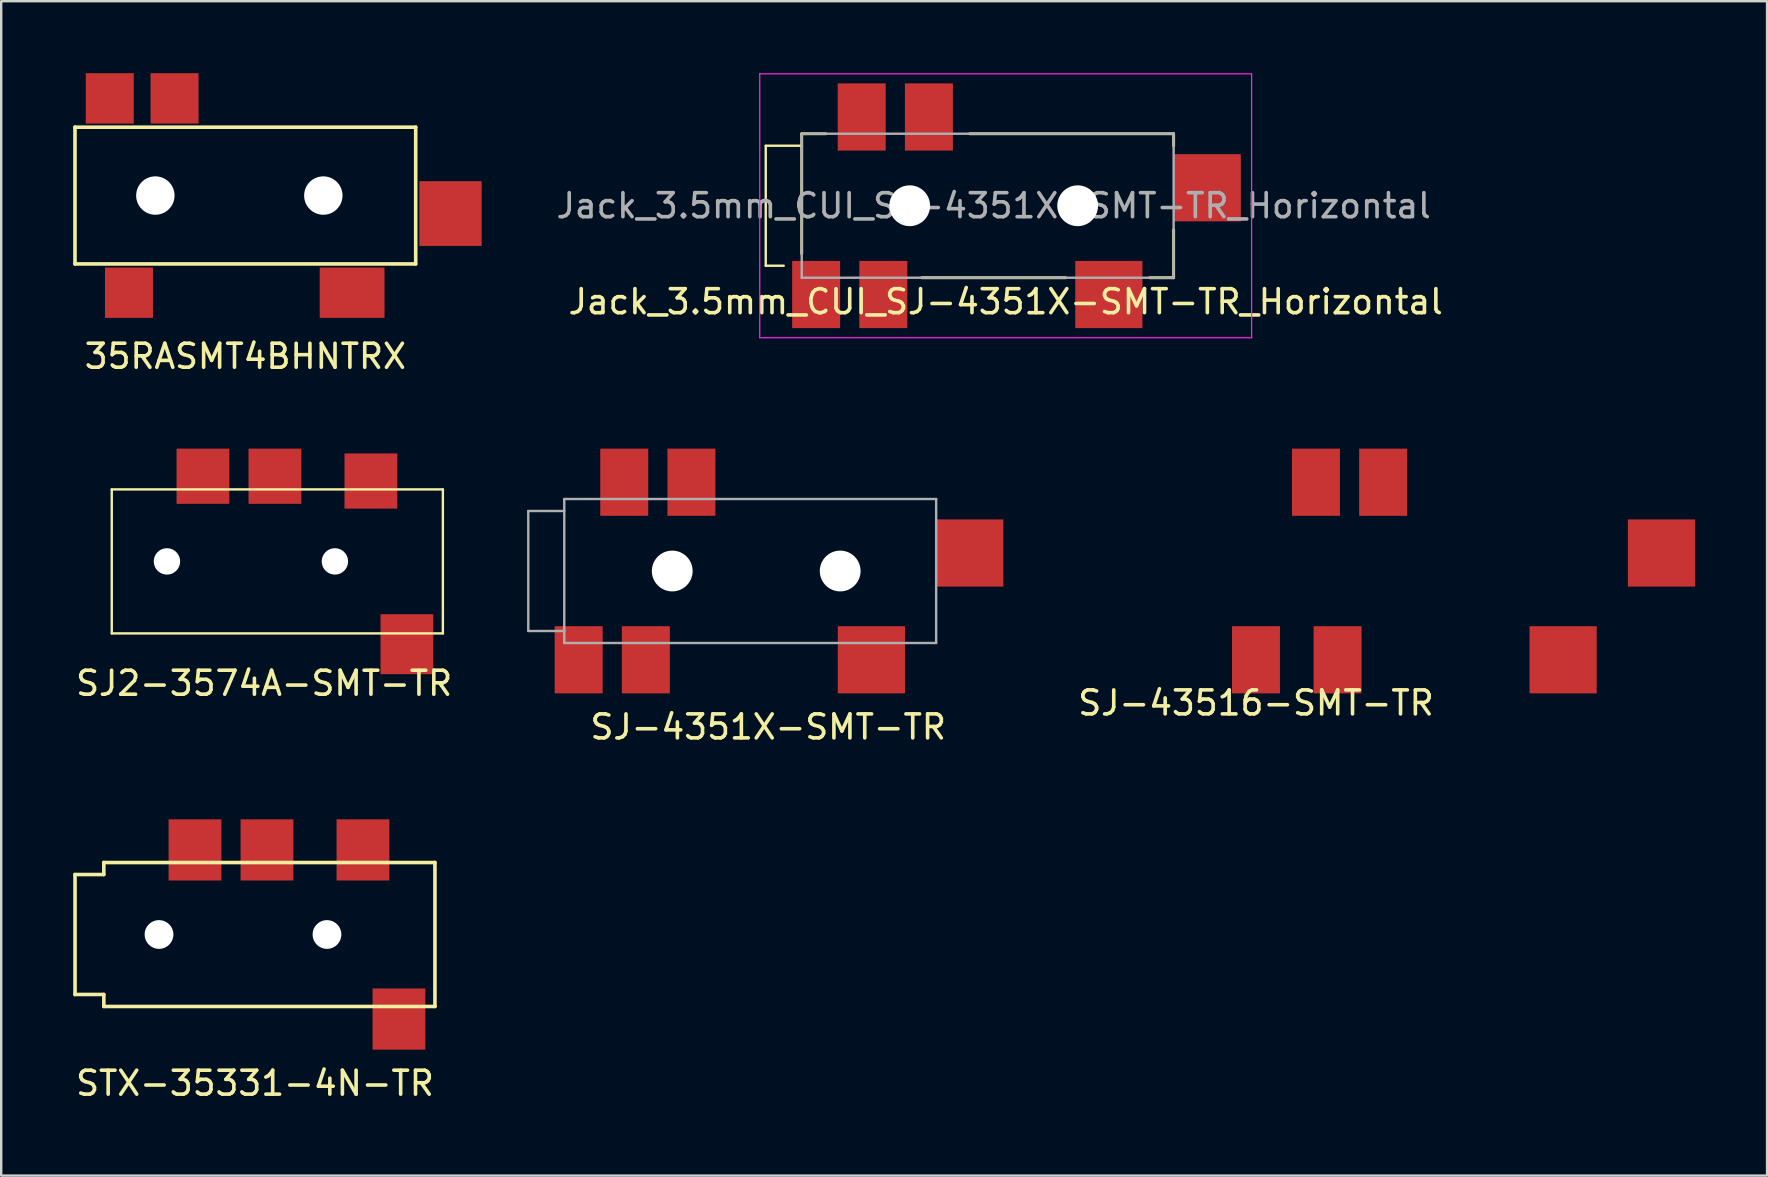
<source format=kicad_pcb>
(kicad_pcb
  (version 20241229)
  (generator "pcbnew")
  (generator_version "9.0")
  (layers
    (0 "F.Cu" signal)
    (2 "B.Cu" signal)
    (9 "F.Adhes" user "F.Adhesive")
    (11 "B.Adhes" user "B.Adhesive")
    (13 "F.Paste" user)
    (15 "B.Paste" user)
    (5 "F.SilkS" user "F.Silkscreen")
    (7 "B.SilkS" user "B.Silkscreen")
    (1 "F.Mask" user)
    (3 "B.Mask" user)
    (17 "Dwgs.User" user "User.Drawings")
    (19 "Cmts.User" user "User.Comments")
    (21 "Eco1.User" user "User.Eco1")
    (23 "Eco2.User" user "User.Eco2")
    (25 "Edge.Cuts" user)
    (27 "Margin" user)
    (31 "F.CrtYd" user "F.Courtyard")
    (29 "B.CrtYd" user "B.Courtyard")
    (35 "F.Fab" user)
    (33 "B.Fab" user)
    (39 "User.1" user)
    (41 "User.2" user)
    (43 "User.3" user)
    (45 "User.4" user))
  (footprint "SJ-43516-SMT-TR"
    (layer "F.Cu")
    (at 49.296 20.748)
    (property "Reference" "SJ-43516-SMT-TR" (at 0 5.5 0) (layer "F.SilkS") (effects (font (size 1 1) (thickness 0.15))))
    (attr through_hole)
    (pad "2" smd rect (at 12.8 3.7) (size 2.8 2.8) (layers "F.Cu" "F.Mask" "F.Paste"))
    (pad "3" smd rect (at 5.3 -3.7) (size 2 2.8) (layers "F.Cu" "F.Mask" "F.Paste"))
    (pad "4" smd rect (at 0 3.7) (size 2 2.8) (layers "F.Cu" "F.Mask" "F.Paste"))
    (pad "4" smd rect (at 3.4 3.7) (size 2 2.8) (layers "F.Cu" "F.Mask" "F.Paste"))
    (pad "5" smd rect (at 16.9 -0.75) (size 2.8 2.8) (layers "F.Cu" "F.Mask" "F.Paste"))
    (pad "6" smd rect (at 2.5 -3.7) (size 2 2.8) (layers "F.Cu" "F.Mask" "F.Paste")))
  (footprint "35RASMT4BHNTRX"
    (layer "F.Cu")
    (at 7.175 5.1)
    (property "Reference" "35RASMT4BHNTRX" (at 0 6.7 0) (layer "F.SilkS") (effects (font (size 1 1) (thickness 0.15))))
    (attr through_hole)
    (fp_line (start -7.1 -2.85) (end -7.1 2.85) (stroke (width 0.15) (type solid)) (layer "F.SilkS"))
    (fp_line (start -7.1 2.85) (end 7.1 2.85) (stroke (width 0.15) (type solid)) (layer "F.SilkS"))
    (fp_line (start 7.1 -2.85) (end -7.1 -2.85) (stroke (width 0.15) (type solid)) (layer "F.SilkS"))
    (fp_line (start 7.1 2.85) (end 7.1 -2.85) (stroke (width 0.15) (type solid)) (layer "F.SilkS"))
    (pad "" np_thru_hole circle (at -3.75 0) (size 1.6 1.6) (drill 1.6) (layers "*.Cu"))
    (pad "" np_thru_hole circle (at 3.25 0) (size 1.6 1.6) (drill 1.6) (layers "*.Cu"))
    (pad "1" smd rect (at -4.85 4.05) (size 2 2.1) (layers "F.Cu" "F.Mask" "F.Paste"))
    (pad "2" smd rect (at -2.95 -4.05) (size 2 2.1) (layers "F.Cu" "F.Mask" "F.Paste"))
    (pad "3" smd rect (at 4.45 4.05) (size 2.7 2.1) (layers "F.Cu" "F.Mask" "F.Paste"))
    (pad "4" smd rect (at -5.65 -4.05) (size 2 2.1) (layers "F.Cu" "F.Mask" "F.Paste"))
    (pad "5" smd rect (at 8.55 0.75) (size 2.6 2.7) (layers "F.Cu" "F.Mask" "F.Paste")))
  (footprint "SJ2-3574A-SMT-TR"
    (layer "F.Cu")
    (at 1.608 20.348)
    (property "Reference" "SJ2-3574A-SMT-TR" (at 6.35 5.08 0) (layer "F.SilkS") (effects (font (size 1 1) (thickness 0.15))))
    (attr through_hole)
    (fp_line (start 0 -3) (end 13.8 -3) (stroke (width 0.1) (type solid)) (layer "F.SilkS"))
    (fp_line (start 0 3) (end 0 -3) (stroke (width 0.1) (type solid)) (layer "F.SilkS"))
    (fp_line (start 13.8 -3) (end 13.8 3) (stroke (width 0.1) (type solid)) (layer "F.SilkS"))
    (fp_line (start 13.8 3) (end 0 3) (stroke (width 0.1) (type solid)) (layer "F.SilkS"))
    (pad "" np_thru_hole circle (at 2.3 0) (size 1.1 1.1) (drill 1.1) (layers "*.Cu" "*.Mask"))
    (pad "" np_thru_hole circle (at 9.3 0) (size 1.1 1.1) (drill 1.1) (layers "*.Cu" "*.Mask"))
    (pad "1" smd rect (at 12.3 3.45) (size 2.2 2.5) (layers "F.Cu" "F.Mask" "F.Paste"))
    (pad "2" smd rect (at 10.8 -3.35) (size 2.2 2.3) (layers "F.Cu" "F.Mask" "F.Paste"))
    (pad "3" smd rect (at 6.8 -3.55) (size 2.2 2.3) (layers "F.Cu" "F.Mask" "F.Paste"))
    (pad "4" smd rect (at 3.8 -3.55) (size 2.2 2.3) (layers "F.Cu" "F.Mask" "F.Paste")))
  (footprint "Jack_3.5mm_CUI_SJ-4351X-SMT-TR_Horizontal"
    (layer "F.Cu")
    (at 30.364 5.525)
    (property "Reference" "Jack_3.5mm_CUI_SJ-4351X-SMT-TR_Horizontal" (at 8.5 4 0) (layer "F.SilkS") (effects (font (size 1 1) (thickness 0.15))))
    (attr smd)
    (fp_line (start -1.5 -2.5) (end -1.5 2.5) (stroke (width 0.1) (type solid)) (layer "F.SilkS"))
    (fp_line (start -1.5 2.5) (end -0.75 2.5) (stroke (width 0.1) (type solid)) (layer "F.SilkS"))
    (fp_line (start 0 -3) (end 0 2) (stroke (width 0.12) (type solid)) (layer "F.SilkS"))
    (fp_line (start 0 -2.5) (end -1.5 -2.5) (stroke (width 0.1) (type solid)) (layer "F.SilkS"))
    (fp_line (start 1 -3) (end 0 -3) (stroke (width 0.12) (type solid)) (layer "F.SilkS"))
    (fp_line (start 7 -3) (end 15.5 -3) (stroke (width 0.12) (type solid)) (layer "F.SilkS"))
    (fp_line (start 11 3) (end 5 3) (stroke (width 0.12) (type solid)) (layer "F.SilkS"))
    (fp_line (start 15.5 -3) (end 15.5 -2.5) (stroke (width 0.12) (type solid)) (layer "F.SilkS"))
    (fp_line (start 15.5 1) (end 15.5 3) (stroke (width 0.12) (type solid)) (layer "F.SilkS"))
    (fp_line (start 15.5 3) (end 14.5 3) (stroke (width 0.12) (type solid)) (layer "F.SilkS"))
    (fp_line (start -1.75 -5.5) (end -1.75 5.5) (stroke (width 0.05) (type solid)) (layer "F.CrtYd"))
    (fp_line (start -1.75 -5.5) (end 18.75 -5.5) (stroke (width 0.05) (type solid)) (layer "F.CrtYd"))
    (fp_line (start 18.75 -5.5) (end 18.75 5.5) (stroke (width 0.05) (type solid)) (layer "F.CrtYd"))
    (fp_line (start 18.75 5.5) (end -1.75 5.5) (stroke (width 0.05) (type solid)) (layer "F.CrtYd"))
    (fp_line (start 0 -3) (end 15.5 -3) (stroke (width 0.1) (type solid)) (layer "F.Fab"))
    (fp_line (start 0 3) (end 0 -3) (stroke (width 0.1) (type solid)) (layer "F.Fab"))
    (fp_line (start 15.5 -3) (end 15.5 3) (stroke (width 0.1) (type solid)) (layer "F.Fab"))
    (fp_line (start 15.5 3) (end 0 3) (stroke (width 0.1) (type solid)) (layer "F.Fab"))
    (fp_text user "${REFERENCE}" (at 8 0 0) (layer "F.Fab") (effects (font (size 1 1) (thickness 0.15))))
    (pad "" np_thru_hole circle (at 4.5 0) (size 1.7 1.7) (drill 1.7) (layers "*.Cu" "*.Mask"))
    (pad "" np_thru_hole circle (at 11.5 0) (size 1.7 1.7) (drill 1.7) (layers "*.Cu" "*.Mask"))
    (pad "1" smd rect (at 0.6 3.7) (size 2 2.8) (layers "F.Cu" "F.Mask" "F.Paste"))
    (pad "2" smd rect (at 12.8 3.7) (size 2.8 2.8) (layers "F.Cu" "F.Mask" "F.Paste"))
    (pad "3" smd rect (at 5.3 -3.7) (size 2 2.8) (layers "F.Cu" "F.Mask" "F.Paste"))
    (pad "4" smd rect (at 3.4 3.7) (size 2 2.8) (layers "F.Cu" "F.Mask" "F.Paste"))
    (pad "5" smd rect (at 16.9 -0.75) (size 2.8 2.8) (layers "F.Cu" "F.Mask" "F.Paste"))
    (pad "6" smd rect (at 2.5 -3.7) (size 2 2.8) (layers "F.Cu" "F.Mask" "F.Paste")))
  (footprint "SJ-4351X-SMT-TR"
    (layer "F.Cu")
    (at 20.467 20.748)
    (property "Reference" "SJ-4351X-SMT-TR" (at 8.5 6.5 0) (layer "F.SilkS") (effects (font (size 1 1) (thickness 0.15))))
    (attr through_hole)
    (fp_line (start -1.5 -2.5) (end -1.5 2.5) (stroke (width 0.1) (type solid)) (layer "F.Fab"))
    (fp_line (start -1.5 2.5) (end 0 2.5) (stroke (width 0.1) (type solid)) (layer "F.Fab"))
    (fp_line (start 0 -3) (end 15.5 -3) (stroke (width 0.1) (type solid)) (layer "F.Fab"))
    (fp_line (start 0 -2.5) (end -1.5 -2.5) (stroke (width 0.1) (type solid)) (layer "F.Fab"))
    (fp_line (start 0 3) (end 0 -3) (stroke (width 0.1) (type solid)) (layer "F.Fab"))
    (fp_line (start 15.5 -3) (end 15.5 3) (stroke (width 0.1) (type solid)) (layer "F.Fab"))
    (fp_line (start 15.5 3) (end 0 3) (stroke (width 0.1) (type solid)) (layer "F.Fab"))
    (pad "" np_thru_hole circle (at 4.5 0) (size 1.7 1.7) (drill 1.7) (layers "*.Cu" "*.Mask"))
    (pad "" np_thru_hole circle (at 11.5 0) (size 1.7 1.7) (drill 1.7) (layers "*.Cu" "*.Mask"))
    (pad "1" smd rect (at 0.6 3.7) (size 2 2.8) (layers "F.Cu" "F.Mask" "F.Paste"))
    (pad "2" smd rect (at 12.8 3.7) (size 2.8 2.8) (layers "F.Cu" "F.Mask" "F.Paste"))
    (pad "3" smd rect (at 5.3 -3.7) (size 2 2.8) (layers "F.Cu" "F.Mask" "F.Paste"))
    (pad "4" smd rect (at 3.4 3.7) (size 2 2.8) (layers "F.Cu" "F.Mask" "F.Paste"))
    (pad "5" smd rect (at 16.9 -0.75) (size 2.8 2.8) (layers "F.Cu" "F.Mask" "F.Paste"))
    (pad "6" smd rect (at 2.5 -3.7) (size 2 2.8) (layers "F.Cu" "F.Mask" "F.Paste")))
  (footprint "STX-35331-4N-TR"
    (layer "F.Cu")
    (at 7.577 35.897)
    (property "Reference" "STX-35331-4N-TR" (at 0 6.2 0) (layer "F.SilkS") (effects (font (size 1 1) (thickness 0.15))))
    (attr through_hole)
    (fp_line (start -7.5 2.5) (end -7.5 -2.5) (stroke (width 0.15) (type solid)) (layer "F.SilkS"))
    (fp_line (start -7.5 2.5) (end -6.3 2.5) (stroke (width 0.15) (type solid)) (layer "F.SilkS"))
    (fp_line (start -6.3 -3) (end -6.3 -2.5) (stroke (width 0.15) (type solid)) (layer "F.SilkS"))
    (fp_line (start -6.3 -3) (end 7.5 -3) (stroke (width 0.15) (type solid)) (layer "F.SilkS"))
    (fp_line (start -6.3 -2.5) (end -7.5 -2.5) (stroke (width 0.15) (type solid)) (layer "F.SilkS"))
    (fp_line (start -6.3 2.5) (end -6.3 3) (stroke (width 0.15) (type solid)) (layer "F.SilkS"))
    (fp_line (start 7.5 -3) (end 7.5 3) (stroke (width 0.15) (type solid)) (layer "F.SilkS"))
    (fp_line (start 7.5 3) (end -6.3 3) (stroke (width 0.15) (type solid)) (layer "F.SilkS"))
    (pad "" np_thru_hole circle (at -4 0) (size 1.2 1.2) (drill 1.2) (layers "*.Cu"))
    (pad "" np_thru_hole circle (at 3 0) (size 1.2 1.2) (drill 1.2) (layers "*.Cu"))
    (pad "1" smd rect (at 0.5 -3.525) (size 2.2 2.55) (layers "F.Cu" "F.Mask" "F.Paste"))
    (pad "4" smd rect (at 4.5 -3.525) (size 2.2 2.55) (layers "F.Cu" "F.Mask" "F.Paste"))
    (pad "5" smd rect (at 6 3.525) (size 2.2 2.55) (layers "F.Cu" "F.Mask" "F.Paste"))
    (pad "6" smd rect (at -2.5 -3.525) (size 2.2 2.55) (layers "F.Cu" "F.Mask" "F.Paste")))
  (gr_rect
    (start -3 -3)
    (end 70.596 45.945)
    (stroke (width 0.1) (type default))
    (fill no)
    (layer "Edge.Cuts")))
</source>
